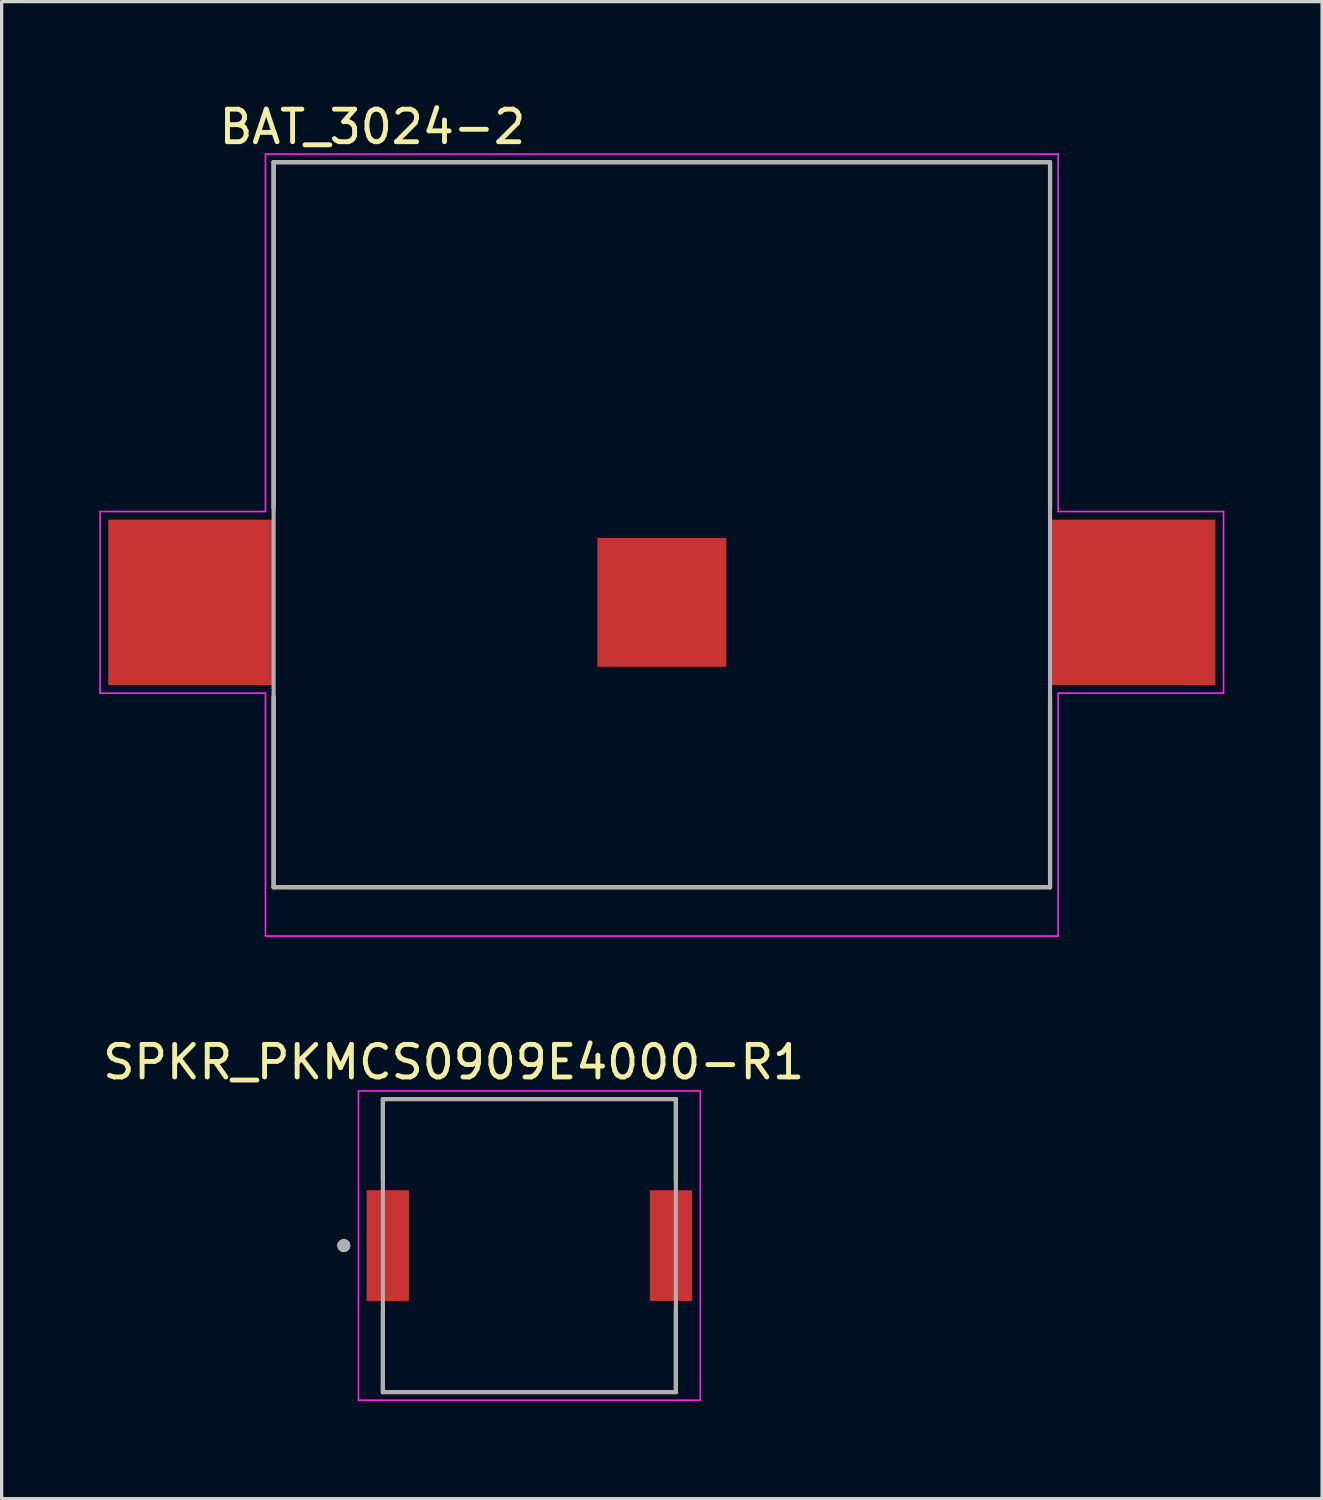
<source format=kicad_pcb>
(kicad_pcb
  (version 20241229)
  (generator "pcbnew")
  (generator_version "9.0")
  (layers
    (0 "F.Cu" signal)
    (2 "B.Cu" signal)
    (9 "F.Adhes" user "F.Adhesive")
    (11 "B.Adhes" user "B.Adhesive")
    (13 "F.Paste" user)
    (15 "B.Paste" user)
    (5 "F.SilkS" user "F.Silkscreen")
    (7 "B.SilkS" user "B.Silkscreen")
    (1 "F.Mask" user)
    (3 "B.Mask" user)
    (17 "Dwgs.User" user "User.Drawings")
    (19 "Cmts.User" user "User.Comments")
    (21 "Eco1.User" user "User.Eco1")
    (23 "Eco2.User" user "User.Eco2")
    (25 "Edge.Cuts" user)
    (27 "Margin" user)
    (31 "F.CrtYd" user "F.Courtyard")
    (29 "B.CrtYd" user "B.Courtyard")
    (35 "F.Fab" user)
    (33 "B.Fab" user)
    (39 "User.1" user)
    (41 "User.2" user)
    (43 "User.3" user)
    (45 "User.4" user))
  (footprint "BAT_3024-2"
    (layer "F.Cu")
    (at 17.28 15.453)
    (property "Reference" "BAT_3024-2" (at -8.89 -14.605 0) (layer "F.SilkS") (effects (font (size 1 1) (thickness 0.15))))
    (attr smd)
    (fp_line (start -11.925 -13.52) (end 11.925 -13.52) (stroke (width 0.127) (type solid)) (layer "F.SilkS"))
    (fp_line (start -11.925 -2.9) (end -11.925 -13.52) (stroke (width 0.127) (type solid)) (layer "F.SilkS"))
    (fp_line (start -11.925 8.75) (end -11.925 2.9) (stroke (width 0.127) (type solid)) (layer "F.SilkS"))
    (fp_line (start 11.925 -13.52) (end 11.925 -2.9) (stroke (width 0.127) (type solid)) (layer "F.SilkS"))
    (fp_line (start 11.925 8.75) (end -11.925 8.75) (stroke (width 0.127) (type solid)) (layer "F.SilkS"))
    (fp_line (start 11.925 8.75) (end 11.925 2.9) (stroke (width 0.127) (type solid)) (layer "F.SilkS"))
    (fp_line (start -17.255 -2.79) (end -17.255 2.79) (stroke (width 0.05) (type solid)) (layer "F.CrtYd"))
    (fp_line (start -17.255 2.79) (end -12.175 2.79) (stroke (width 0.05) (type solid)) (layer "F.CrtYd"))
    (fp_line (start -12.175 -13.77) (end -12.175 -2.79) (stroke (width 0.05) (type solid)) (layer "F.CrtYd"))
    (fp_line (start -12.175 -2.79) (end -17.255 -2.79) (stroke (width 0.05) (type solid)) (layer "F.CrtYd"))
    (fp_line (start -12.175 2.79) (end -12.175 10.25) (stroke (width 0.05) (type solid)) (layer "F.CrtYd"))
    (fp_line (start -12.175 10.25) (end 12.175 10.25) (stroke (width 0.05) (type solid)) (layer "F.CrtYd"))
    (fp_line (start 12.175 -13.77) (end -12.175 -13.77) (stroke (width 0.05) (type solid)) (layer "F.CrtYd"))
    (fp_line (start 12.175 -2.79) (end 12.175 -13.77) (stroke (width 0.05) (type solid)) (layer "F.CrtYd"))
    (fp_line (start 12.175 -2.79) (end 17.255 -2.79) (stroke (width 0.05) (type solid)) (layer "F.CrtYd"))
    (fp_line (start 12.175 10.25) (end 12.175 2.79) (stroke (width 0.05) (type solid)) (layer "F.CrtYd"))
    (fp_line (start 17.255 -2.79) (end 17.255 2.79) (stroke (width 0.05) (type solid)) (layer "F.CrtYd"))
    (fp_line (start 17.255 2.79) (end 12.175 2.79) (stroke (width 0.05) (type solid)) (layer "F.CrtYd"))
    (fp_line (start -11.925 -13.52) (end 11.925 -13.52) (stroke (width 0.127) (type solid)) (layer "F.Fab"))
    (fp_line (start -11.925 8.75) (end -11.925 -13.52) (stroke (width 0.127) (type solid)) (layer "F.Fab"))
    (fp_line (start 11.925 -13.52) (end 11.925 8.75) (stroke (width 0.127) (type solid)) (layer "F.Fab"))
    (fp_line (start 11.925 8.75) (end -11.925 8.75) (stroke (width 0.127) (type solid)) (layer "F.Fab"))
    (pad "N" smd rect (at 0 0) (size 3.96 3.96) (layers "F.Cu" "F.Mask"))
    (pad "P1" smd rect (at -14.465 0) (size 5.08 5.08) (layers "F.Cu" "F.Mask" "F.Paste"))
    (pad "P2" smd rect (at 14.465 0) (size 5.08 5.08) (layers "F.Cu" "F.Mask" "F.Paste")))
  (footprint "SPKR_PKMCS0909E4000-R1"
    (layer "F.Cu")
    (at 13.212 35.212)
    (property "Reference" "SPKR_PKMCS0909E4000-R1" (at -2.325 -5.635 0) (layer "F.SilkS") (effects (font (size 1 1) (thickness 0.15))))
    (attr smd)
    (fp_line (start -4.5 -4.5) (end 4.5 -4.5) (stroke (width 0.127) (type solid)) (layer "F.SilkS"))
    (fp_line (start -4.5 -2.02) (end -4.5 -4.5) (stroke (width 0.127) (type solid)) (layer "F.SilkS"))
    (fp_line (start -4.5 4.5) (end -4.5 2.02) (stroke (width 0.127) (type solid)) (layer "F.SilkS"))
    (fp_line (start 4.5 -4.5) (end 4.5 -2.02) (stroke (width 0.127) (type solid)) (layer "F.SilkS"))
    (fp_line (start 4.5 2.02) (end 4.5 4.5) (stroke (width 0.127) (type solid)) (layer "F.SilkS"))
    (fp_line (start 4.5 4.5) (end -4.5 4.5) (stroke (width 0.127) (type solid)) (layer "F.SilkS"))
    (fp_circle (center -5.7 0) (end -5.6 0) (stroke (width 0.2) (type solid)) (fill no) (layer "F.SilkS"))
    (fp_line (start -5.25 -4.75) (end -5.25 4.75) (stroke (width 0.05) (type solid)) (layer "F.CrtYd"))
    (fp_line (start -5.25 4.75) (end 5.25 4.75) (stroke (width 0.05) (type solid)) (layer "F.CrtYd"))
    (fp_line (start 5.25 -4.75) (end -5.25 -4.75) (stroke (width 0.05) (type solid)) (layer "F.CrtYd"))
    (fp_line (start 5.25 4.75) (end 5.25 -4.75) (stroke (width 0.05) (type solid)) (layer "F.CrtYd"))
    (fp_line (start -4.5 -4.5) (end 4.5 -4.5) (stroke (width 0.127) (type solid)) (layer "F.Fab"))
    (fp_line (start -4.5 4.5) (end -4.5 -4.5) (stroke (width 0.127) (type solid)) (layer "F.Fab"))
    (fp_line (start 4.5 -4.5) (end 4.5 4.5) (stroke (width 0.127) (type solid)) (layer "F.Fab"))
    (fp_line (start 4.5 4.5) (end -4.5 4.5) (stroke (width 0.127) (type solid)) (layer "F.Fab"))
    (fp_circle (center -5.7 0) (end -5.6 0) (stroke (width 0.2) (type solid)) (fill no) (layer "F.Fab"))
    (pad "1" smd rect (at -4.35 0) (size 1.3 3.4) (layers "F.Cu" "F.Mask" "F.Paste"))
    (pad "2" smd rect (at 4.35 0) (size 1.3 3.4) (layers "F.Cu" "F.Mask" "F.Paste")))
  (gr_rect
    (start -3 -3)
    (end 37.56 42.986)
    (stroke (width 0.1) (type default))
    (fill no)
    (layer "Edge.Cuts")))
</source>
